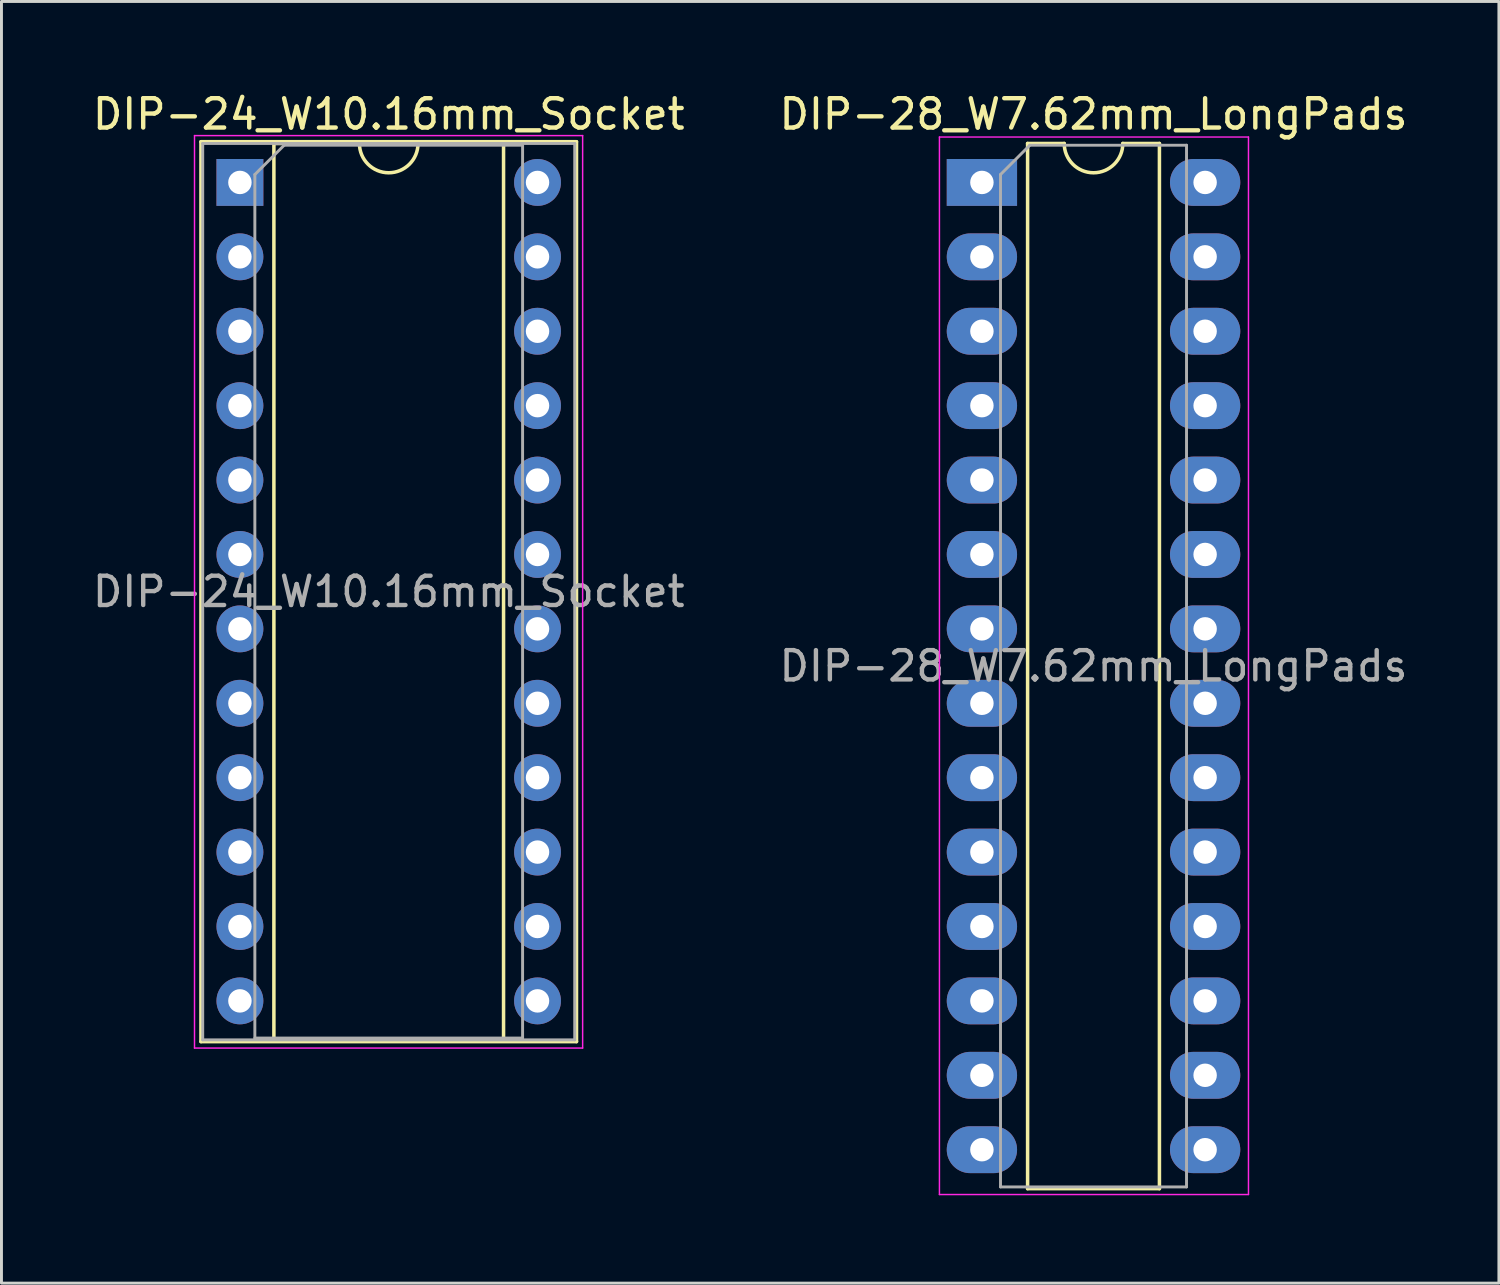
<source format=kicad_pcb>
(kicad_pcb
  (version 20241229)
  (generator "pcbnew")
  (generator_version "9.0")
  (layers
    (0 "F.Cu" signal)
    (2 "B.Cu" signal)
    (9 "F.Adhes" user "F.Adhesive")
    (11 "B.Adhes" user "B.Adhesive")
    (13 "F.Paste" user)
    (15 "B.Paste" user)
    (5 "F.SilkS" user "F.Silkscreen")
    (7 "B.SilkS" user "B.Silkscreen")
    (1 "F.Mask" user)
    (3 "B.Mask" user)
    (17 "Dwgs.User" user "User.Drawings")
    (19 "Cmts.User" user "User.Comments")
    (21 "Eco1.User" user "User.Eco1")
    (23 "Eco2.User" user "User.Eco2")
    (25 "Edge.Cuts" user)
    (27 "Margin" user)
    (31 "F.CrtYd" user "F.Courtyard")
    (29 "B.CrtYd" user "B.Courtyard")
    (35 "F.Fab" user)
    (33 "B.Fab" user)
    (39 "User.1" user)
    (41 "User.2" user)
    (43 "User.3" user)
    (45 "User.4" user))
  (footprint "DIP-28_W7.62mm_LongPads"
    (layer "F.Cu")
    (at 30.47 3.178)
    (property "Reference" "DIP-28_W7.62mm_LongPads" (at 3.81 -2.33 0) (layer "F.SilkS") (effects (font (size 1 1) (thickness 0.15))))
    (attr through_hole)
    (fp_line (start 1.56 -1.33) (end 1.56 34.35) (stroke (width 0.12) (type solid)) (layer "F.SilkS"))
    (fp_line (start 1.56 34.35) (end 6.06 34.35) (stroke (width 0.12) (type solid)) (layer "F.SilkS"))
    (fp_line (start 2.81 -1.33) (end 1.56 -1.33) (stroke (width 0.12) (type solid)) (layer "F.SilkS"))
    (fp_line (start 6.06 -1.33) (end 4.81 -1.33) (stroke (width 0.12) (type solid)) (layer "F.SilkS"))
    (fp_line (start 6.06 34.35) (end 6.06 -1.33) (stroke (width 0.12) (type solid)) (layer "F.SilkS"))
    (fp_arc (start 4.81 -1.33) (mid 3.81 -0.33) (end 2.81 -1.33) (stroke (width 0.12) (type solid)) (layer "F.SilkS"))
    (fp_line (start -1.45 -1.55) (end -1.45 34.55) (stroke (width 0.05) (type solid)) (layer "F.CrtYd"))
    (fp_line (start -1.45 34.55) (end 9.1 34.55) (stroke (width 0.05) (type solid)) (layer "F.CrtYd"))
    (fp_line (start 9.1 -1.55) (end -1.45 -1.55) (stroke (width 0.05) (type solid)) (layer "F.CrtYd"))
    (fp_line (start 9.1 34.55) (end 9.1 -1.55) (stroke (width 0.05) (type solid)) (layer "F.CrtYd"))
    (fp_line (start 0.635 -0.27) (end 1.635 -1.27) (stroke (width 0.1) (type solid)) (layer "F.Fab"))
    (fp_line (start 0.635 34.29) (end 0.635 -0.27) (stroke (width 0.1) (type solid)) (layer "F.Fab"))
    (fp_line (start 1.635 -1.27) (end 6.985 -1.27) (stroke (width 0.1) (type solid)) (layer "F.Fab"))
    (fp_line (start 6.985 -1.27) (end 6.985 34.29) (stroke (width 0.1) (type solid)) (layer "F.Fab"))
    (fp_line (start 6.985 34.29) (end 0.635 34.29) (stroke (width 0.1) (type solid)) (layer "F.Fab"))
    (fp_text user "${REFERENCE}" (at 3.81 16.51 0) (layer "F.Fab") (effects (font (size 1 1) (thickness 0.15))))
    (pad "1" thru_hole rect (at 0 0) (size 2.4 1.6) (drill 0.8) (layers "*.Cu" "*.Mask"))
    (pad "2" thru_hole oval (at 0 2.54) (size 2.4 1.6) (drill 0.8) (layers "*.Cu" "*.Mask"))
    (pad "3" thru_hole oval (at 0 5.08) (size 2.4 1.6) (drill 0.8) (layers "*.Cu" "*.Mask"))
    (pad "4" thru_hole oval (at 0 7.62) (size 2.4 1.6) (drill 0.8) (layers "*.Cu" "*.Mask"))
    (pad "5" thru_hole oval (at 0 10.16) (size 2.4 1.6) (drill 0.8) (layers "*.Cu" "*.Mask"))
    (pad "6" thru_hole oval (at 0 12.7) (size 2.4 1.6) (drill 0.8) (layers "*.Cu" "*.Mask"))
    (pad "7" thru_hole oval (at 0 15.24) (size 2.4 1.6) (drill 0.8) (layers "*.Cu" "*.Mask"))
    (pad "8" thru_hole oval (at 0 17.78) (size 2.4 1.6) (drill 0.8) (layers "*.Cu" "*.Mask"))
    (pad "9" thru_hole oval (at 0 20.32) (size 2.4 1.6) (drill 0.8) (layers "*.Cu" "*.Mask"))
    (pad "10" thru_hole oval (at 0 22.86) (size 2.4 1.6) (drill 0.8) (layers "*.Cu" "*.Mask"))
    (pad "11" thru_hole oval (at 0 25.4) (size 2.4 1.6) (drill 0.8) (layers "*.Cu" "*.Mask"))
    (pad "12" thru_hole oval (at 0 27.94) (size 2.4 1.6) (drill 0.8) (layers "*.Cu" "*.Mask"))
    (pad "13" thru_hole oval (at 0 30.48) (size 2.4 1.6) (drill 0.8) (layers "*.Cu" "*.Mask"))
    (pad "14" thru_hole oval (at 0 33.02) (size 2.4 1.6) (drill 0.8) (layers "*.Cu" "*.Mask"))
    (pad "15" thru_hole oval (at 7.62 33.02) (size 2.4 1.6) (drill 0.8) (layers "*.Cu" "*.Mask"))
    (pad "16" thru_hole oval (at 7.62 30.48) (size 2.4 1.6) (drill 0.8) (layers "*.Cu" "*.Mask"))
    (pad "17" thru_hole oval (at 7.62 27.94) (size 2.4 1.6) (drill 0.8) (layers "*.Cu" "*.Mask"))
    (pad "18" thru_hole oval (at 7.62 25.4) (size 2.4 1.6) (drill 0.8) (layers "*.Cu" "*.Mask"))
    (pad "19" thru_hole oval (at 7.62 22.86) (size 2.4 1.6) (drill 0.8) (layers "*.Cu" "*.Mask"))
    (pad "20" thru_hole oval (at 7.62 20.32) (size 2.4 1.6) (drill 0.8) (layers "*.Cu" "*.Mask"))
    (pad "21" thru_hole oval (at 7.62 17.78) (size 2.4 1.6) (drill 0.8) (layers "*.Cu" "*.Mask"))
    (pad "22" thru_hole oval (at 7.62 15.24) (size 2.4 1.6) (drill 0.8) (layers "*.Cu" "*.Mask"))
    (pad "23" thru_hole oval (at 7.62 12.7) (size 2.4 1.6) (drill 0.8) (layers "*.Cu" "*.Mask"))
    (pad "24" thru_hole oval (at 7.62 10.16) (size 2.4 1.6) (drill 0.8) (layers "*.Cu" "*.Mask"))
    (pad "25" thru_hole oval (at 7.62 7.62) (size 2.4 1.6) (drill 0.8) (layers "*.Cu" "*.Mask"))
    (pad "26" thru_hole oval (at 7.62 5.08) (size 2.4 1.6) (drill 0.8) (layers "*.Cu" "*.Mask"))
    (pad "27" thru_hole oval (at 7.62 2.54) (size 2.4 1.6) (drill 0.8) (layers "*.Cu" "*.Mask"))
    (pad "28" thru_hole oval (at 7.62 0) (size 2.4 1.6) (drill 0.8) (layers "*.Cu" "*.Mask")))
  (footprint "DIP-24_W10.16mm_Socket"
    (layer "F.Cu")
    (at 5.14 3.178)
    (property "Reference" "DIP-24_W10.16mm_Socket" (at 5.08 -2.33 0) (layer "F.SilkS") (effects (font (size 1 1) (thickness 0.15))))
    (attr through_hole)
    (fp_line (start -1.33 -1.39) (end -1.33 29.33) (stroke (width 0.12) (type solid)) (layer "F.SilkS"))
    (fp_line (start -1.33 29.33) (end 11.49 29.33) (stroke (width 0.12) (type solid)) (layer "F.SilkS"))
    (fp_line (start 1.16 -1.33) (end 1.16 29.27) (stroke (width 0.12) (type solid)) (layer "F.SilkS"))
    (fp_line (start 1.16 29.27) (end 9 29.27) (stroke (width 0.12) (type solid)) (layer "F.SilkS"))
    (fp_line (start 4.08 -1.33) (end 1.16 -1.33) (stroke (width 0.12) (type solid)) (layer "F.SilkS"))
    (fp_line (start 9 -1.33) (end 6.08 -1.33) (stroke (width 0.12) (type solid)) (layer "F.SilkS"))
    (fp_line (start 9 29.27) (end 9 -1.33) (stroke (width 0.12) (type solid)) (layer "F.SilkS"))
    (fp_line (start 11.49 -1.39) (end -1.33 -1.39) (stroke (width 0.12) (type solid)) (layer "F.SilkS"))
    (fp_line (start 11.49 29.33) (end 11.49 -1.39) (stroke (width 0.12) (type solid)) (layer "F.SilkS"))
    (fp_arc (start 6.08 -1.33) (mid 5.08 -0.33) (end 4.08 -1.33) (stroke (width 0.12) (type solid)) (layer "F.SilkS"))
    (fp_line (start -1.55 -1.6) (end -1.55 29.55) (stroke (width 0.05) (type solid)) (layer "F.CrtYd"))
    (fp_line (start -1.55 29.55) (end 11.7 29.55) (stroke (width 0.05) (type solid)) (layer "F.CrtYd"))
    (fp_line (start 11.7 -1.6) (end -1.55 -1.6) (stroke (width 0.05) (type solid)) (layer "F.CrtYd"))
    (fp_line (start 11.7 29.55) (end 11.7 -1.6) (stroke (width 0.05) (type solid)) (layer "F.CrtYd"))
    (fp_line (start -1.27 -1.33) (end -1.27 29.27) (stroke (width 0.1) (type solid)) (layer "F.Fab"))
    (fp_line (start -1.27 29.27) (end 11.43 29.27) (stroke (width 0.1) (type solid)) (layer "F.Fab"))
    (fp_line (start 0.51 -0.27) (end 1.51 -1.27) (stroke (width 0.1) (type solid)) (layer "F.Fab"))
    (fp_line (start 0.51 29.21) (end 0.51 -0.27) (stroke (width 0.1) (type solid)) (layer "F.Fab"))
    (fp_line (start 1.51 -1.27) (end 9.65 -1.27) (stroke (width 0.1) (type solid)) (layer "F.Fab"))
    (fp_line (start 9.65 -1.27) (end 9.65 29.21) (stroke (width 0.1) (type solid)) (layer "F.Fab"))
    (fp_line (start 9.65 29.21) (end 0.51 29.21) (stroke (width 0.1) (type solid)) (layer "F.Fab"))
    (fp_line (start 11.43 -1.33) (end -1.27 -1.33) (stroke (width 0.1) (type solid)) (layer "F.Fab"))
    (fp_line (start 11.43 29.27) (end 11.43 -1.33) (stroke (width 0.1) (type solid)) (layer "F.Fab"))
    (fp_text user "${REFERENCE}" (at 5.08 13.97 0) (layer "F.Fab") (effects (font (size 1 1) (thickness 0.15))))
    (pad "1" thru_hole rect (at 0 0) (size 1.6 1.6) (drill 0.8) (layers "*.Cu" "*.Mask"))
    (pad "2" thru_hole oval (at 0 2.54) (size 1.6 1.6) (drill 0.8) (layers "*.Cu" "*.Mask"))
    (pad "3" thru_hole oval (at 0 5.08) (size 1.6 1.6) (drill 0.8) (layers "*.Cu" "*.Mask"))
    (pad "4" thru_hole oval (at 0 7.62) (size 1.6 1.6) (drill 0.8) (layers "*.Cu" "*.Mask"))
    (pad "5" thru_hole oval (at 0 10.16) (size 1.6 1.6) (drill 0.8) (layers "*.Cu" "*.Mask"))
    (pad "6" thru_hole oval (at 0 12.7) (size 1.6 1.6) (drill 0.8) (layers "*.Cu" "*.Mask"))
    (pad "7" thru_hole oval (at 0 15.24) (size 1.6 1.6) (drill 0.8) (layers "*.Cu" "*.Mask"))
    (pad "8" thru_hole oval (at 0 17.78) (size 1.6 1.6) (drill 0.8) (layers "*.Cu" "*.Mask"))
    (pad "9" thru_hole oval (at 0 20.32) (size 1.6 1.6) (drill 0.8) (layers "*.Cu" "*.Mask"))
    (pad "10" thru_hole oval (at 0 22.86) (size 1.6 1.6) (drill 0.8) (layers "*.Cu" "*.Mask"))
    (pad "11" thru_hole oval (at 0 25.4) (size 1.6 1.6) (drill 0.8) (layers "*.Cu" "*.Mask"))
    (pad "12" thru_hole oval (at 0 27.94) (size 1.6 1.6) (drill 0.8) (layers "*.Cu" "*.Mask"))
    (pad "13" thru_hole oval (at 10.16 27.94) (size 1.6 1.6) (drill 0.8) (layers "*.Cu" "*.Mask"))
    (pad "14" thru_hole oval (at 10.16 25.4) (size 1.6 1.6) (drill 0.8) (layers "*.Cu" "*.Mask"))
    (pad "15" thru_hole oval (at 10.16 22.86) (size 1.6 1.6) (drill 0.8) (layers "*.Cu" "*.Mask"))
    (pad "16" thru_hole oval (at 10.16 20.32) (size 1.6 1.6) (drill 0.8) (layers "*.Cu" "*.Mask"))
    (pad "17" thru_hole oval (at 10.16 17.78) (size 1.6 1.6) (drill 0.8) (layers "*.Cu" "*.Mask"))
    (pad "18" thru_hole oval (at 10.16 15.24) (size 1.6 1.6) (drill 0.8) (layers "*.Cu" "*.Mask"))
    (pad "19" thru_hole oval (at 10.16 12.7) (size 1.6 1.6) (drill 0.8) (layers "*.Cu" "*.Mask"))
    (pad "20" thru_hole oval (at 10.16 10.16) (size 1.6 1.6) (drill 0.8) (layers "*.Cu" "*.Mask"))
    (pad "21" thru_hole oval (at 10.16 7.62) (size 1.6 1.6) (drill 0.8) (layers "*.Cu" "*.Mask"))
    (pad "22" thru_hole oval (at 10.16 5.08) (size 1.6 1.6) (drill 0.8) (layers "*.Cu" "*.Mask"))
    (pad "23" thru_hole oval (at 10.16 2.54) (size 1.6 1.6) (drill 0.8) (layers "*.Cu" "*.Mask"))
    (pad "24" thru_hole oval (at 10.16 0) (size 1.6 1.6) (drill 0.8) (layers "*.Cu" "*.Mask")))
  (gr_rect
    (start -3 -3)
    (end 48.119 40.753)
    (stroke (width 0.1) (type default))
    (fill no)
    (layer "Edge.Cuts")))
</source>
